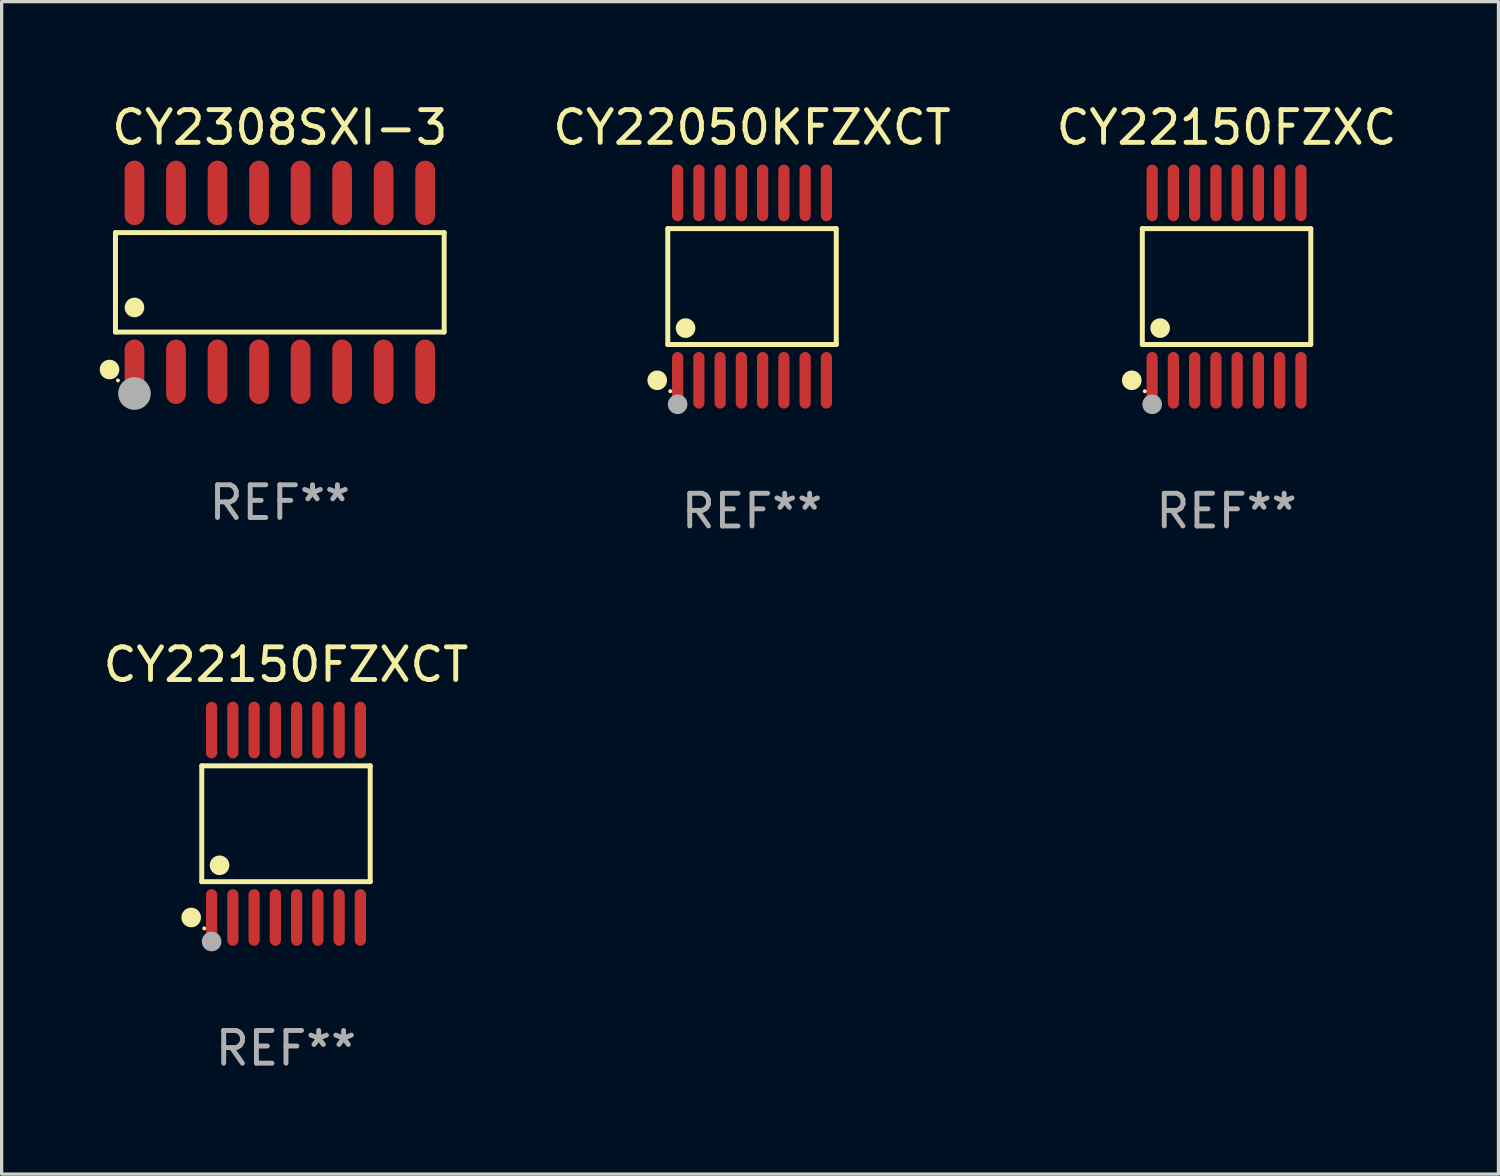
<source format=kicad_pcb>
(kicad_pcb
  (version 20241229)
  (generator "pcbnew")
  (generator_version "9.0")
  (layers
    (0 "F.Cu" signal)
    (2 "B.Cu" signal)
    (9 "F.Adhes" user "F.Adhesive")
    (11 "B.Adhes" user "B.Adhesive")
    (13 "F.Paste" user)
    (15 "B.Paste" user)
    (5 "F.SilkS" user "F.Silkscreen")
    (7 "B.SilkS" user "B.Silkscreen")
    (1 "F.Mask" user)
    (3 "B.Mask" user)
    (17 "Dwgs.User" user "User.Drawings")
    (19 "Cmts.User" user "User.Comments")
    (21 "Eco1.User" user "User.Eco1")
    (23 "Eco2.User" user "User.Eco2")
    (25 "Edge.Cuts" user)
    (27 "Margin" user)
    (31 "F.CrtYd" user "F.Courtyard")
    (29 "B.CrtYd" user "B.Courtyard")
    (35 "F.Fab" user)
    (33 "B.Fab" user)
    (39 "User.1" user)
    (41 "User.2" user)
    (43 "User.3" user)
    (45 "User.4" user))
  (footprint "CY22050KFZXCT"
    (layer "F.Cu")
    (at 19.948 5.714)
    (property "Reference" "CY22050KFZXCT" (at 0 -4.866 0) (layer "F.SilkS") (effects (font (size 1 1) (thickness 0.15))))
    (attr through_hole)
    (fp_line (start -2.576 -1.772) (end 2.576 -1.772) (stroke (width 0.152) (type solid)) (layer "F.SilkS"))
    (fp_line (start -2.576 1.771) (end -2.576 -1.772) (stroke (width 0.152) (type solid)) (layer "F.SilkS"))
    (fp_line (start 2.576 -1.772) (end 2.576 1.771) (stroke (width 0.152) (type solid)) (layer "F.SilkS"))
    (fp_line (start 2.576 1.771) (end -2.576 1.771) (stroke (width 0.152) (type solid)) (layer "F.SilkS"))
    (fp_circle (center -2.899 2.866) (end -2.749 2.866) (stroke (width 0.3) (type solid)) (fill no) (layer "F.SilkS"))
    (fp_circle (center -2.5 3.2) (end -2.47 3.2) (stroke (width 0.06) (type solid)) (fill no) (layer "F.SilkS"))
    (fp_circle (center -2.032 1.27) (end -1.882 1.27) (stroke (width 0.3) (type solid)) (fill no) (layer "F.SilkS"))
    (fp_circle (center -2.275 3.6) (end -2.125 3.6) (stroke (width 0.3) (type solid)) (fill no) (layer "F.Fab"))
    (fp_text user "REF**" (at 0 6.866 0) (layer "F.Fab") (effects (font (size 1 1) (thickness 0.15))))
    (pad "1" smd oval (at -2.275 2.866) (size 0.343 1.731) (layers "F.Cu" "F.Mask" "F.Paste"))
    (pad "2" smd oval (at -1.625 2.866) (size 0.343 1.731) (layers "F.Cu" "F.Mask" "F.Paste"))
    (pad "3" smd oval (at -0.975 2.866) (size 0.343 1.731) (layers "F.Cu" "F.Mask" "F.Paste"))
    (pad "4" smd oval (at -0.325 2.866) (size 0.343 1.731) (layers "F.Cu" "F.Mask" "F.Paste"))
    (pad "5" smd oval (at 0.325 2.866) (size 0.343 1.731) (layers "F.Cu" "F.Mask" "F.Paste"))
    (pad "6" smd oval (at 0.975 2.866) (size 0.343 1.731) (layers "F.Cu" "F.Mask" "F.Paste"))
    (pad "7" smd oval (at 1.625 2.866) (size 0.343 1.731) (layers "F.Cu" "F.Mask" "F.Paste"))
    (pad "8" smd oval (at 2.275 2.866) (size 0.343 1.731) (layers "F.Cu" "F.Mask" "F.Paste"))
    (pad "9" smd oval (at 2.275 -2.866) (size 0.343 1.731) (layers "F.Cu" "F.Mask" "F.Paste"))
    (pad "10" smd oval (at 1.625 -2.866) (size 0.343 1.731) (layers "F.Cu" "F.Mask" "F.Paste"))
    (pad "11" smd oval (at 0.975 -2.866) (size 0.343 1.731) (layers "F.Cu" "F.Mask" "F.Paste"))
    (pad "12" smd oval (at 0.325 -2.866) (size 0.343 1.731) (layers "F.Cu" "F.Mask" "F.Paste"))
    (pad "13" smd oval (at -0.325 -2.866) (size 0.343 1.731) (layers "F.Cu" "F.Mask" "F.Paste"))
    (pad "14" smd oval (at -0.975 -2.866) (size 0.343 1.731) (layers "F.Cu" "F.Mask" "F.Paste"))
    (pad "15" smd oval (at -1.625 -2.866) (size 0.343 1.731) (layers "F.Cu" "F.Mask" "F.Paste"))
    (pad "16" smd oval (at -2.275 -2.866) (size 0.343 1.731) (layers "F.Cu" "F.Mask" "F.Paste")))
  (footprint "CY2308SXI-3"
    (layer "F.Cu")
    (at 5.507 5.584)
    (property "Reference" "CY2308SXI-3" (at 0 -4.736 0) (layer "F.SilkS") (effects (font (size 1 1) (thickness 0.15))))
    (attr through_hole)
    (fp_line (start -5.026 -1.521) (end 5.026 -1.521) (stroke (width 0.152) (type solid)) (layer "F.SilkS"))
    (fp_line (start -5.026 1.521) (end -5.026 -1.521) (stroke (width 0.152) (type solid)) (layer "F.SilkS"))
    (fp_line (start 5.026 -1.521) (end 5.026 1.521) (stroke (width 0.152) (type solid)) (layer "F.SilkS"))
    (fp_line (start 5.026 1.521) (end -5.026 1.521) (stroke (width 0.152) (type solid)) (layer "F.SilkS"))
    (fp_circle (center -5.207 2.667) (end -5.057 2.667) (stroke (width 0.3) (type solid)) (fill no) (layer "F.SilkS"))
    (fp_circle (center -4.95 3) (end -4.92 3) (stroke (width 0.06) (type solid)) (fill no) (layer "F.SilkS"))
    (fp_circle (center -4.445 0.769) (end -4.295 0.769) (stroke (width 0.3) (type solid)) (fill no) (layer "F.SilkS"))
    (fp_circle (center -4.445 3.4) (end -4.195 3.4) (stroke (width 0.5) (type solid)) (fill no) (layer "F.Fab"))
    (fp_text user "REF**" (at 0 6.736 0) (layer "F.Fab") (effects (font (size 1 1) (thickness 0.15))))
    (pad "1" smd oval (at -4.445 2.736) (size 0.602 1.971) (layers "F.Cu" "F.Mask" "F.Paste"))
    (pad "2" smd oval (at -3.175 2.736) (size 0.602 1.971) (layers "F.Cu" "F.Mask" "F.Paste"))
    (pad "3" smd oval (at -1.905 2.736) (size 0.602 1.971) (layers "F.Cu" "F.Mask" "F.Paste"))
    (pad "4" smd oval (at -0.635 2.736) (size 0.602 1.971) (layers "F.Cu" "F.Mask" "F.Paste"))
    (pad "5" smd oval (at 0.635 2.736) (size 0.602 1.971) (layers "F.Cu" "F.Mask" "F.Paste"))
    (pad "6" smd oval (at 1.905 2.736) (size 0.602 1.971) (layers "F.Cu" "F.Mask" "F.Paste"))
    (pad "7" smd oval (at 3.175 2.736) (size 0.602 1.971) (layers "F.Cu" "F.Mask" "F.Paste"))
    (pad "8" smd oval (at 4.445 2.736) (size 0.602 1.971) (layers "F.Cu" "F.Mask" "F.Paste"))
    (pad "9" smd oval (at 4.445 -2.736) (size 0.602 1.971) (layers "F.Cu" "F.Mask" "F.Paste"))
    (pad "10" smd oval (at 3.175 -2.736) (size 0.602 1.971) (layers "F.Cu" "F.Mask" "F.Paste"))
    (pad "11" smd oval (at 1.905 -2.736) (size 0.602 1.971) (layers "F.Cu" "F.Mask" "F.Paste"))
    (pad "12" smd oval (at 0.635 -2.736) (size 0.602 1.971) (layers "F.Cu" "F.Mask" "F.Paste"))
    (pad "13" smd oval (at -0.635 -2.736) (size 0.602 1.971) (layers "F.Cu" "F.Mask" "F.Paste"))
    (pad "14" smd oval (at -1.905 -2.736) (size 0.602 1.971) (layers "F.Cu" "F.Mask" "F.Paste"))
    (pad "15" smd oval (at -3.175 -2.736) (size 0.602 1.971) (layers "F.Cu" "F.Mask" "F.Paste"))
    (pad "16" smd oval (at -4.445 -2.736) (size 0.602 1.971) (layers "F.Cu" "F.Mask" "F.Paste")))
  (footprint "CY22150FZXCT"
    (layer "F.Cu")
    (at 5.696 22.142)
    (property "Reference" "CY22150FZXCT" (at 0 -4.866 0) (layer "F.SilkS") (effects (font (size 1 1) (thickness 0.15))))
    (attr through_hole)
    (fp_line (start -2.576 -1.772) (end 2.576 -1.772) (stroke (width 0.152) (type solid)) (layer "F.SilkS"))
    (fp_line (start -2.576 1.771) (end -2.576 -1.772) (stroke (width 0.152) (type solid)) (layer "F.SilkS"))
    (fp_line (start 2.576 -1.772) (end 2.576 1.771) (stroke (width 0.152) (type solid)) (layer "F.SilkS"))
    (fp_line (start 2.576 1.771) (end -2.576 1.771) (stroke (width 0.152) (type solid)) (layer "F.SilkS"))
    (fp_circle (center -2.899 2.866) (end -2.749 2.866) (stroke (width 0.3) (type solid)) (fill no) (layer "F.SilkS"))
    (fp_circle (center -2.5 3.2) (end -2.47 3.2) (stroke (width 0.06) (type solid)) (fill no) (layer "F.SilkS"))
    (fp_circle (center -2.032 1.27) (end -1.882 1.27) (stroke (width 0.3) (type solid)) (fill no) (layer "F.SilkS"))
    (fp_circle (center -2.275 3.6) (end -2.125 3.6) (stroke (width 0.3) (type solid)) (fill no) (layer "F.Fab"))
    (fp_text user "REF**" (at 0 6.866 0) (layer "F.Fab") (effects (font (size 1 1) (thickness 0.15))))
    (pad "1" smd oval (at -2.275 2.866) (size 0.343 1.731) (layers "F.Cu" "F.Mask" "F.Paste"))
    (pad "2" smd oval (at -1.625 2.866) (size 0.343 1.731) (layers "F.Cu" "F.Mask" "F.Paste"))
    (pad "3" smd oval (at -0.975 2.866) (size 0.343 1.731) (layers "F.Cu" "F.Mask" "F.Paste"))
    (pad "4" smd oval (at -0.325 2.866) (size 0.343 1.731) (layers "F.Cu" "F.Mask" "F.Paste"))
    (pad "5" smd oval (at 0.325 2.866) (size 0.343 1.731) (layers "F.Cu" "F.Mask" "F.Paste"))
    (pad "6" smd oval (at 0.975 2.866) (size 0.343 1.731) (layers "F.Cu" "F.Mask" "F.Paste"))
    (pad "7" smd oval (at 1.625 2.866) (size 0.343 1.731) (layers "F.Cu" "F.Mask" "F.Paste"))
    (pad "8" smd oval (at 2.275 2.866) (size 0.343 1.731) (layers "F.Cu" "F.Mask" "F.Paste"))
    (pad "9" smd oval (at 2.275 -2.866) (size 0.343 1.731) (layers "F.Cu" "F.Mask" "F.Paste"))
    (pad "10" smd oval (at 1.625 -2.866) (size 0.343 1.731) (layers "F.Cu" "F.Mask" "F.Paste"))
    (pad "11" smd oval (at 0.975 -2.866) (size 0.343 1.731) (layers "F.Cu" "F.Mask" "F.Paste"))
    (pad "12" smd oval (at 0.325 -2.866) (size 0.343 1.731) (layers "F.Cu" "F.Mask" "F.Paste"))
    (pad "13" smd oval (at -0.325 -2.866) (size 0.343 1.731) (layers "F.Cu" "F.Mask" "F.Paste"))
    (pad "14" smd oval (at -0.975 -2.866) (size 0.343 1.731) (layers "F.Cu" "F.Mask" "F.Paste"))
    (pad "15" smd oval (at -1.625 -2.866) (size 0.343 1.731) (layers "F.Cu" "F.Mask" "F.Paste"))
    (pad "16" smd oval (at -2.275 -2.866) (size 0.343 1.731) (layers "F.Cu" "F.Mask" "F.Paste")))
  (footprint "CY22150FZXC"
    (layer "F.Cu")
    (at 34.46 5.714)
    (property "Reference" "CY22150FZXC" (at 0 -4.866 0) (layer "F.SilkS") (effects (font (size 1 1) (thickness 0.15))))
    (attr through_hole)
    (fp_line (start -2.576 -1.772) (end 2.576 -1.772) (stroke (width 0.152) (type solid)) (layer "F.SilkS"))
    (fp_line (start -2.576 1.771) (end -2.576 -1.772) (stroke (width 0.152) (type solid)) (layer "F.SilkS"))
    (fp_line (start 2.576 -1.772) (end 2.576 1.771) (stroke (width 0.152) (type solid)) (layer "F.SilkS"))
    (fp_line (start 2.576 1.771) (end -2.576 1.771) (stroke (width 0.152) (type solid)) (layer "F.SilkS"))
    (fp_circle (center -2.899 2.866) (end -2.749 2.866) (stroke (width 0.3) (type solid)) (fill no) (layer "F.SilkS"))
    (fp_circle (center -2.5 3.2) (end -2.47 3.2) (stroke (width 0.06) (type solid)) (fill no) (layer "F.SilkS"))
    (fp_circle (center -2.032 1.27) (end -1.882 1.27) (stroke (width 0.3) (type solid)) (fill no) (layer "F.SilkS"))
    (fp_circle (center -2.275 3.6) (end -2.125 3.6) (stroke (width 0.3) (type solid)) (fill no) (layer "F.Fab"))
    (fp_text user "REF**" (at 0 6.866 0) (layer "F.Fab") (effects (font (size 1 1) (thickness 0.15))))
    (pad "1" smd oval (at -2.275 2.866) (size 0.343 1.731) (layers "F.Cu" "F.Mask" "F.Paste"))
    (pad "2" smd oval (at -1.625 2.866) (size 0.343 1.731) (layers "F.Cu" "F.Mask" "F.Paste"))
    (pad "3" smd oval (at -0.975 2.866) (size 0.343 1.731) (layers "F.Cu" "F.Mask" "F.Paste"))
    (pad "4" smd oval (at -0.325 2.866) (size 0.343 1.731) (layers "F.Cu" "F.Mask" "F.Paste"))
    (pad "5" smd oval (at 0.325 2.866) (size 0.343 1.731) (layers "F.Cu" "F.Mask" "F.Paste"))
    (pad "6" smd oval (at 0.975 2.866) (size 0.343 1.731) (layers "F.Cu" "F.Mask" "F.Paste"))
    (pad "7" smd oval (at 1.625 2.866) (size 0.343 1.731) (layers "F.Cu" "F.Mask" "F.Paste"))
    (pad "8" smd oval (at 2.275 2.866) (size 0.343 1.731) (layers "F.Cu" "F.Mask" "F.Paste"))
    (pad "9" smd oval (at 2.275 -2.866) (size 0.343 1.731) (layers "F.Cu" "F.Mask" "F.Paste"))
    (pad "10" smd oval (at 1.625 -2.866) (size 0.343 1.731) (layers "F.Cu" "F.Mask" "F.Paste"))
    (pad "11" smd oval (at 0.975 -2.866) (size 0.343 1.731) (layers "F.Cu" "F.Mask" "F.Paste"))
    (pad "12" smd oval (at 0.325 -2.866) (size 0.343 1.731) (layers "F.Cu" "F.Mask" "F.Paste"))
    (pad "13" smd oval (at -0.325 -2.866) (size 0.343 1.731) (layers "F.Cu" "F.Mask" "F.Paste"))
    (pad "14" smd oval (at -0.975 -2.866) (size 0.343 1.731) (layers "F.Cu" "F.Mask" "F.Paste"))
    (pad "15" smd oval (at -1.625 -2.866) (size 0.343 1.731) (layers "F.Cu" "F.Mask" "F.Paste"))
    (pad "16" smd oval (at -2.275 -2.866) (size 0.343 1.731) (layers "F.Cu" "F.Mask" "F.Paste")))
  (gr_rect
    (start -3 -3)
    (end 42.775 32.856)
    (stroke (width 0.1) (type default))
    (fill no)
    (layer "Edge.Cuts")))
</source>
